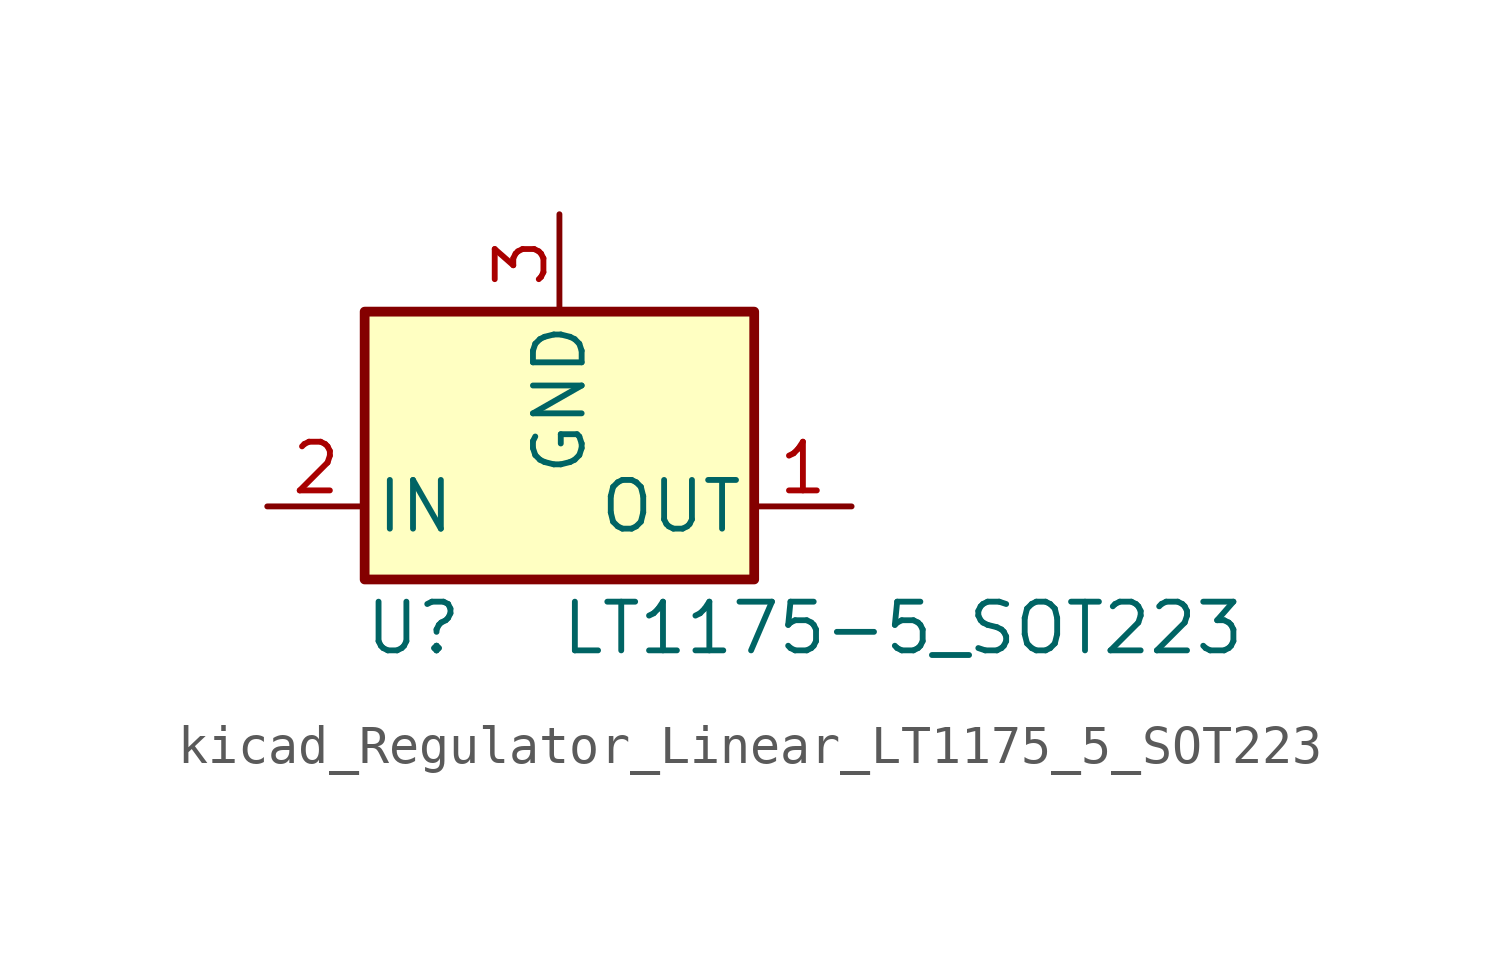
<source format=kicad_sym>
(kicad_symbol_lib
  (version 20220914)
  (generator kicad_symbol_editor)
  (symbol "kicad_Regulator_Linear_LT1175_5_SOT223"
    (pin_names
      (offset 0.254))
    (property "Reference" "U"
      (at -3.81 -3.175 0)
      (effects (font (size 1.27 1.27))))
    (property "Value" "LT1175-5_SOT223"
      (at 0 -3.175 0)
      (effects (font (size 1.27 1.27)) (justify left)))
    (symbol "kicad_Regulator_Linear_LT1175_5_SOT223_0_1"
      (rectangle (start -5.08 -1.905) (end 5.08 5.08) (stroke (width 0.254) (type default)) (fill (type background))))
    (symbol "kicad_Regulator_Linear_LT1175_5_SOT223_1_1"
      (pin power_out line (at 7.62 0 180) (length 2.54) (name "OUT" (effects (font (size 1.27 1.27)))) (number "1" (effects (font (size 1.27 1.27)))))
      (pin power_in line (at -7.62 0 0) (length 2.54) (name "IN" (effects (font (size 1.27 1.27)))) (number "2" (effects (font (size 1.27 1.27)))))
      (pin power_in line (at 0 7.62 270) (length 2.54) (name "GND" (effects (font (size 1.27 1.27)))) (number "3" (effects (font (size 1.27 1.27))))))))
</source>
